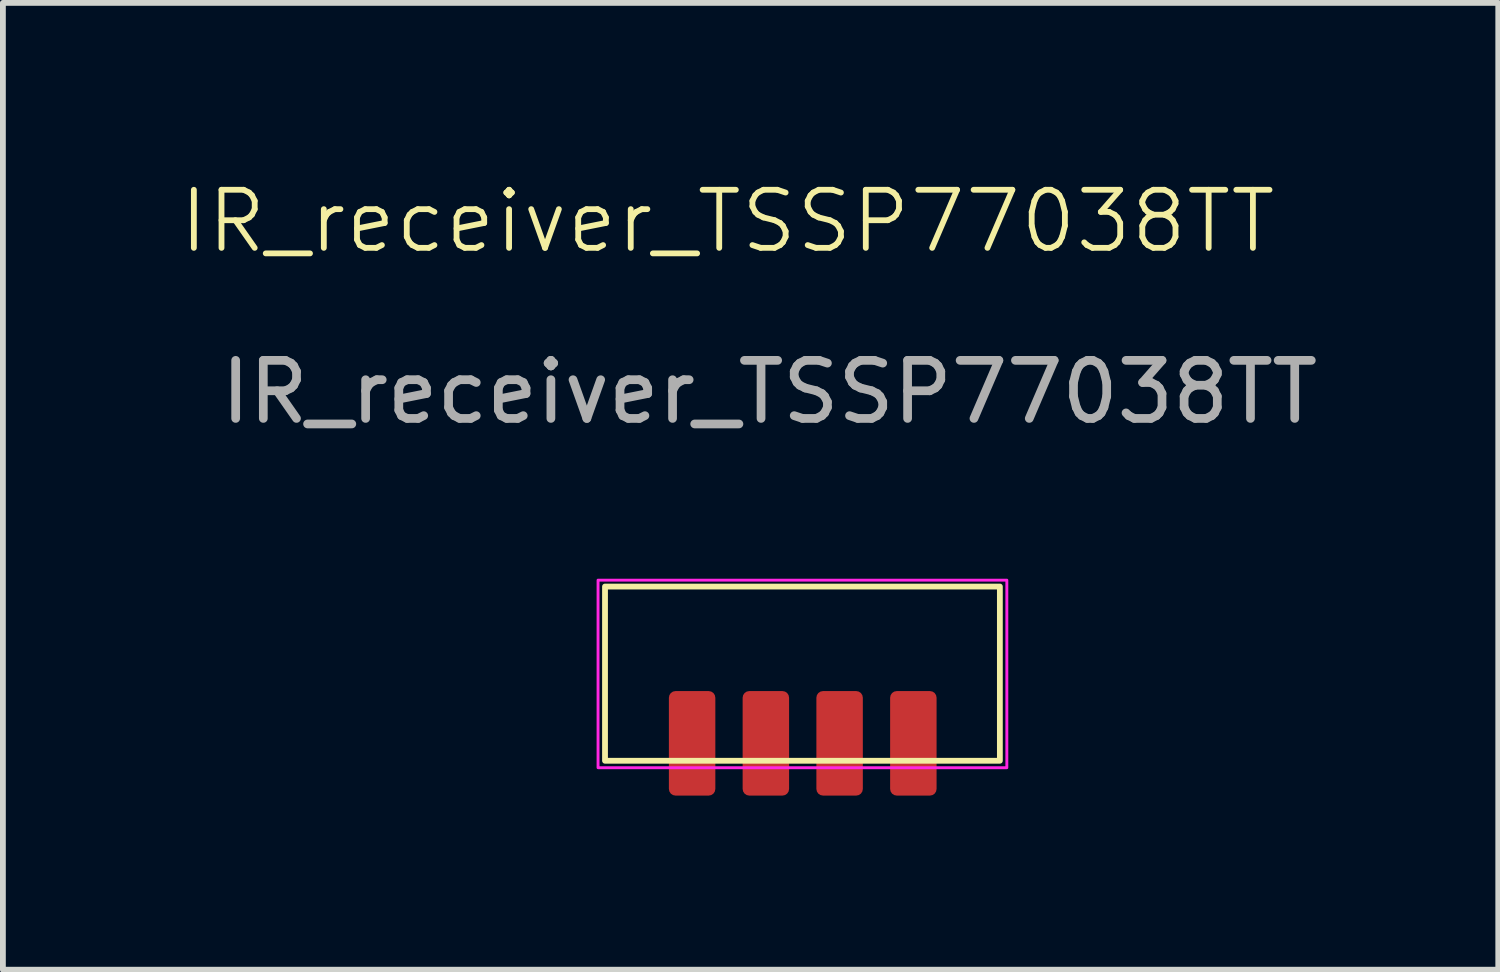
<source format=kicad_pcb>
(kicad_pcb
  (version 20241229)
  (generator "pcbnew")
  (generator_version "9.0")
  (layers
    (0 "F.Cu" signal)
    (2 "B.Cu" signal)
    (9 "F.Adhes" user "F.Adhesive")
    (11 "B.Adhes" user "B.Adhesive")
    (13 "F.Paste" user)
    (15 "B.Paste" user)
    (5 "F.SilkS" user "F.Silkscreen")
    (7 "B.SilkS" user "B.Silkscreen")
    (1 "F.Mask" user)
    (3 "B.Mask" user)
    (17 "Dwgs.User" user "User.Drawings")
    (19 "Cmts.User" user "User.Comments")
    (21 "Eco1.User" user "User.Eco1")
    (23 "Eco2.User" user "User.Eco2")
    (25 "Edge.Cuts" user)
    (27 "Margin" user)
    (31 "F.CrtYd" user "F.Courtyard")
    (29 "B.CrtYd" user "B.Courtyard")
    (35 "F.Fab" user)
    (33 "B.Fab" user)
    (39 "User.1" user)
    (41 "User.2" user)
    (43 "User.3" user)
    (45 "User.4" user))
  (footprint "IR_receiver_TSSP77038TT"
    (layer "F.Cu")
    (at 8.869 9.751)
    (property "Reference" "IR_receiver_TSSP77038TT" (at 0.61 -8.99 0) (unlocked yes) (layer "F.SilkS") (effects (font (size 1 1) (thickness 0.1))))
    (attr smd)
    (fp_rect (start -1.5 -2.7) (end 5.3 0.3) (stroke (width 0.1) (type default)) (fill no) (layer "F.SilkS"))
    (fp_rect (start -1.62 -2.81) (end 5.42 0.42) (stroke (width 0.05) (type default)) (fill no) (layer "F.CrtYd"))
    (fp_text user "${REFERENCE}" (at 1.33 -6.05 0) (unlocked yes) (layer "F.Fab") (effects (font (size 1 1) (thickness 0.15))))
    (pad "1" smd roundrect (at 0 0) (size 0.8 1.8) (layers "F.Cu" "F.Mask" "F.Paste") (roundrect_rratio 0.143))
    (pad "2" smd roundrect (at 1.27 0) (size 0.8 1.8) (layers "F.Cu" "F.Mask" "F.Paste") (roundrect_rratio 0.143))
    (pad "3" smd roundrect (at 2.54 0) (size 0.8 1.8) (layers "F.Cu" "F.Mask" "F.Paste") (roundrect_rratio 0.143))
    (pad "4" smd roundrect (at 3.81 0) (size 0.8 1.8) (layers "F.Cu" "F.Mask" "F.Paste") (roundrect_rratio 0.143)))
  (gr_rect
    (start -3 -3)
    (end 22.752 13.65)
    (stroke (width 0.1) (type default))
    (fill no)
    (layer "Edge.Cuts")))
</source>
